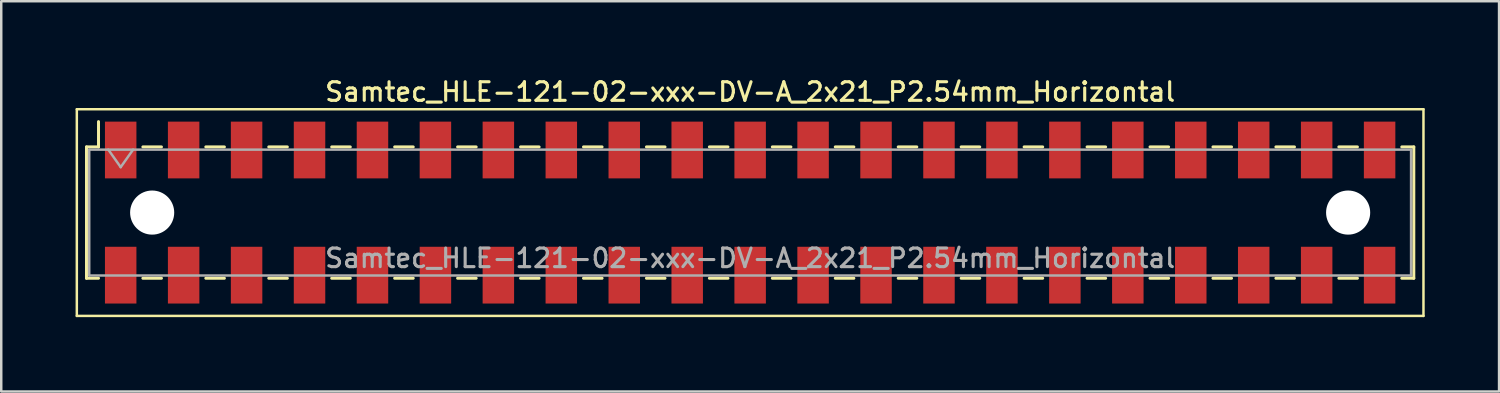
<source format=kicad_pcb>
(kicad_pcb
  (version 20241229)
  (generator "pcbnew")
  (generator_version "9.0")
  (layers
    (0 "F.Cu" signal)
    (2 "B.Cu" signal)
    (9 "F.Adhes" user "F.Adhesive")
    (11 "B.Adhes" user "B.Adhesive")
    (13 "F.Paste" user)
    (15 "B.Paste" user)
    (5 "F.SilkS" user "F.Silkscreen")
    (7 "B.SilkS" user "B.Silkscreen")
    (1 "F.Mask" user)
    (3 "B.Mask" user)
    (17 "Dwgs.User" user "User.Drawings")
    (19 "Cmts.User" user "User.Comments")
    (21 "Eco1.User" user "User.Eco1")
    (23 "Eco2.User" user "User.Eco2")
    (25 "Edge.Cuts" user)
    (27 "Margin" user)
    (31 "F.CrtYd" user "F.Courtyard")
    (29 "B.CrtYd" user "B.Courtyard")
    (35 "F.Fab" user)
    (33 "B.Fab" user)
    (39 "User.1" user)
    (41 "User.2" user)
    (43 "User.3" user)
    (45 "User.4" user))
  (footprint "Samtec_HLE-121-02-xxx-DV-A_2x21_P2.54mm_Horizontal"
    (layer "F.Cu")
    (at 27.22 5.528)
    (property "Reference" "Samtec_HLE-121-02-xxx-DV-A_2x21_P2.54mm_Horizontal" (at 0 -4.87 0) (layer "F.SilkS") (effects (font (size 0.75 0.75) (thickness 0.125))))
    (attr smd)
    (fp_line (start -27.17 -4.17) (end 27.17 -4.17) (stroke (width 0.1) (type solid)) (layer "F.SilkS"))
    (fp_line (start -27.17 4.17) (end -27.17 -4.17) (stroke (width 0.1) (type solid)) (layer "F.SilkS"))
    (fp_line (start -26.78 -2.65) (end -26.78 2.65) (stroke (width 0.12) (type solid)) (layer "F.SilkS"))
    (fp_line (start -26.78 2.65) (end -26.295 2.65) (stroke (width 0.12) (type solid)) (layer "F.SilkS"))
    (fp_line (start -26.295 -3.67) (end -26.295 -2.65) (stroke (width 0.12) (type solid)) (layer "F.SilkS"))
    (fp_line (start -26.295 -2.65) (end -26.78 -2.65) (stroke (width 0.12) (type solid)) (layer "F.SilkS"))
    (fp_line (start -24.505 -2.65) (end -23.755 -2.65) (stroke (width 0.12) (type solid)) (layer "F.SilkS"))
    (fp_line (start -24.505 2.65) (end -23.755 2.65) (stroke (width 0.12) (type solid)) (layer "F.SilkS"))
    (fp_line (start -21.965 -2.65) (end -21.215 -2.65) (stroke (width 0.12) (type solid)) (layer "F.SilkS"))
    (fp_line (start -21.965 2.65) (end -21.215 2.65) (stroke (width 0.12) (type solid)) (layer "F.SilkS"))
    (fp_line (start -19.425 -2.65) (end -18.675 -2.65) (stroke (width 0.12) (type solid)) (layer "F.SilkS"))
    (fp_line (start -19.425 2.65) (end -18.675 2.65) (stroke (width 0.12) (type solid)) (layer "F.SilkS"))
    (fp_line (start -16.885 -2.65) (end -16.135 -2.65) (stroke (width 0.12) (type solid)) (layer "F.SilkS"))
    (fp_line (start -16.885 2.65) (end -16.135 2.65) (stroke (width 0.12) (type solid)) (layer "F.SilkS"))
    (fp_line (start -14.345 -2.65) (end -13.595 -2.65) (stroke (width 0.12) (type solid)) (layer "F.SilkS"))
    (fp_line (start -14.345 2.65) (end -13.595 2.65) (stroke (width 0.12) (type solid)) (layer "F.SilkS"))
    (fp_line (start -11.805 -2.65) (end -11.055 -2.65) (stroke (width 0.12) (type solid)) (layer "F.SilkS"))
    (fp_line (start -11.805 2.65) (end -11.055 2.65) (stroke (width 0.12) (type solid)) (layer "F.SilkS"))
    (fp_line (start -9.265 -2.65) (end -8.515 -2.65) (stroke (width 0.12) (type solid)) (layer "F.SilkS"))
    (fp_line (start -9.265 2.65) (end -8.515 2.65) (stroke (width 0.12) (type solid)) (layer "F.SilkS"))
    (fp_line (start -6.725 -2.65) (end -5.975 -2.65) (stroke (width 0.12) (type solid)) (layer "F.SilkS"))
    (fp_line (start -6.725 2.65) (end -5.975 2.65) (stroke (width 0.12) (type solid)) (layer "F.SilkS"))
    (fp_line (start -4.185 -2.65) (end -3.435 -2.65) (stroke (width 0.12) (type solid)) (layer "F.SilkS"))
    (fp_line (start -4.185 2.65) (end -3.435 2.65) (stroke (width 0.12) (type solid)) (layer "F.SilkS"))
    (fp_line (start -1.645 -2.65) (end -0.895 -2.65) (stroke (width 0.12) (type solid)) (layer "F.SilkS"))
    (fp_line (start -1.645 2.65) (end -0.895 2.65) (stroke (width 0.12) (type solid)) (layer "F.SilkS"))
    (fp_line (start 0.895 -2.65) (end 1.645 -2.65) (stroke (width 0.12) (type solid)) (layer "F.SilkS"))
    (fp_line (start 0.895 2.65) (end 1.645 2.65) (stroke (width 0.12) (type solid)) (layer "F.SilkS"))
    (fp_line (start 3.435 -2.65) (end 4.185 -2.65) (stroke (width 0.12) (type solid)) (layer "F.SilkS"))
    (fp_line (start 3.435 2.65) (end 4.185 2.65) (stroke (width 0.12) (type solid)) (layer "F.SilkS"))
    (fp_line (start 5.975 -2.65) (end 6.725 -2.65) (stroke (width 0.12) (type solid)) (layer "F.SilkS"))
    (fp_line (start 5.975 2.65) (end 6.725 2.65) (stroke (width 0.12) (type solid)) (layer "F.SilkS"))
    (fp_line (start 8.515 -2.65) (end 9.265 -2.65) (stroke (width 0.12) (type solid)) (layer "F.SilkS"))
    (fp_line (start 8.515 2.65) (end 9.265 2.65) (stroke (width 0.12) (type solid)) (layer "F.SilkS"))
    (fp_line (start 11.055 -2.65) (end 11.805 -2.65) (stroke (width 0.12) (type solid)) (layer "F.SilkS"))
    (fp_line (start 11.055 2.65) (end 11.805 2.65) (stroke (width 0.12) (type solid)) (layer "F.SilkS"))
    (fp_line (start 13.595 -2.65) (end 14.345 -2.65) (stroke (width 0.12) (type solid)) (layer "F.SilkS"))
    (fp_line (start 13.595 2.65) (end 14.345 2.65) (stroke (width 0.12) (type solid)) (layer "F.SilkS"))
    (fp_line (start 16.135 -2.65) (end 16.885 -2.65) (stroke (width 0.12) (type solid)) (layer "F.SilkS"))
    (fp_line (start 16.135 2.65) (end 16.885 2.65) (stroke (width 0.12) (type solid)) (layer "F.SilkS"))
    (fp_line (start 18.675 -2.65) (end 19.425 -2.65) (stroke (width 0.12) (type solid)) (layer "F.SilkS"))
    (fp_line (start 18.675 2.65) (end 19.425 2.65) (stroke (width 0.12) (type solid)) (layer "F.SilkS"))
    (fp_line (start 21.215 -2.65) (end 21.965 -2.65) (stroke (width 0.12) (type solid)) (layer "F.SilkS"))
    (fp_line (start 21.215 2.65) (end 21.965 2.65) (stroke (width 0.12) (type solid)) (layer "F.SilkS"))
    (fp_line (start 23.755 -2.65) (end 24.505 -2.65) (stroke (width 0.12) (type solid)) (layer "F.SilkS"))
    (fp_line (start 23.755 2.65) (end 24.505 2.65) (stroke (width 0.12) (type solid)) (layer "F.SilkS"))
    (fp_line (start 26.295 -2.65) (end 26.78 -2.65) (stroke (width 0.12) (type solid)) (layer "F.SilkS"))
    (fp_line (start 26.78 -2.65) (end 26.78 2.65) (stroke (width 0.12) (type solid)) (layer "F.SilkS"))
    (fp_line (start 26.78 2.65) (end 26.295 2.65) (stroke (width 0.12) (type solid)) (layer "F.SilkS"))
    (fp_line (start 27.17 -4.17) (end 27.17 4.17) (stroke (width 0.1) (type solid)) (layer "F.SilkS"))
    (fp_line (start 27.17 4.17) (end -27.17 4.17) (stroke (width 0.1) (type solid)) (layer "F.SilkS"))
    (fp_line (start -26.67 -2.54) (end 26.67 -2.54) (stroke (width 0.1) (type solid)) (layer "F.Fab"))
    (fp_line (start -26.67 2.54) (end -26.67 -2.54) (stroke (width 0.1) (type solid)) (layer "F.Fab"))
    (fp_line (start -25.9 -2.54) (end -25.4 -1.833) (stroke (width 0.1) (type solid)) (layer "F.Fab"))
    (fp_line (start -25.4 -1.833) (end -24.9 -2.54) (stroke (width 0.1) (type solid)) (layer "F.Fab"))
    (fp_line (start 26.67 -2.54) (end 26.67 2.54) (stroke (width 0.1) (type solid)) (layer "F.Fab"))
    (fp_line (start 26.67 2.54) (end -26.67 2.54) (stroke (width 0.1) (type solid)) (layer "F.Fab"))
    (fp_text user "${REFERENCE}" (at 0 1.84 0) (layer "F.Fab") (effects (font (size 0.75 0.75) (thickness 0.125))))
    (pad "" np_thru_hole circle (at -24.13 0) (size 1.78 1.78) (drill 1.78) (layers "*.Cu" "*.Mask"))
    (pad "" np_thru_hole circle (at 24.13 0) (size 1.78 1.78) (drill 1.78) (layers "*.Cu" "*.Mask"))
    (pad "1" smd rect (at -25.4 -2.525) (size 1.27 2.29) (layers "F.Cu" "F.Mask" "F.Paste"))
    (pad "2" smd rect (at -25.4 2.525) (size 1.27 2.29) (layers "F.Cu" "F.Mask" "F.Paste"))
    (pad "3" smd rect (at -22.86 -2.525) (size 1.27 2.29) (layers "F.Cu" "F.Mask" "F.Paste"))
    (pad "4" smd rect (at -22.86 2.525) (size 1.27 2.29) (layers "F.Cu" "F.Mask" "F.Paste"))
    (pad "5" smd rect (at -20.32 -2.525) (size 1.27 2.29) (layers "F.Cu" "F.Mask" "F.Paste"))
    (pad "6" smd rect (at -20.32 2.525) (size 1.27 2.29) (layers "F.Cu" "F.Mask" "F.Paste"))
    (pad "7" smd rect (at -17.78 -2.525) (size 1.27 2.29) (layers "F.Cu" "F.Mask" "F.Paste"))
    (pad "8" smd rect (at -17.78 2.525) (size 1.27 2.29) (layers "F.Cu" "F.Mask" "F.Paste"))
    (pad "9" smd rect (at -15.24 -2.525) (size 1.27 2.29) (layers "F.Cu" "F.Mask" "F.Paste"))
    (pad "10" smd rect (at -15.24 2.525) (size 1.27 2.29) (layers "F.Cu" "F.Mask" "F.Paste"))
    (pad "11" smd rect (at -12.7 -2.525) (size 1.27 2.29) (layers "F.Cu" "F.Mask" "F.Paste"))
    (pad "12" smd rect (at -12.7 2.525) (size 1.27 2.29) (layers "F.Cu" "F.Mask" "F.Paste"))
    (pad "13" smd rect (at -10.16 -2.525) (size 1.27 2.29) (layers "F.Cu" "F.Mask" "F.Paste"))
    (pad "14" smd rect (at -10.16 2.525) (size 1.27 2.29) (layers "F.Cu" "F.Mask" "F.Paste"))
    (pad "15" smd rect (at -7.62 -2.525) (size 1.27 2.29) (layers "F.Cu" "F.Mask" "F.Paste"))
    (pad "16" smd rect (at -7.62 2.525) (size 1.27 2.29) (layers "F.Cu" "F.Mask" "F.Paste"))
    (pad "17" smd rect (at -5.08 -2.525) (size 1.27 2.29) (layers "F.Cu" "F.Mask" "F.Paste"))
    (pad "18" smd rect (at -5.08 2.525) (size 1.27 2.29) (layers "F.Cu" "F.Mask" "F.Paste"))
    (pad "19" smd rect (at -2.54 -2.525) (size 1.27 2.29) (layers "F.Cu" "F.Mask" "F.Paste"))
    (pad "20" smd rect (at -2.54 2.525) (size 1.27 2.29) (layers "F.Cu" "F.Mask" "F.Paste"))
    (pad "21" smd rect (at 0 -2.525) (size 1.27 2.29) (layers "F.Cu" "F.Mask" "F.Paste"))
    (pad "22" smd rect (at 0 2.525) (size 1.27 2.29) (layers "F.Cu" "F.Mask" "F.Paste"))
    (pad "23" smd rect (at 2.54 -2.525) (size 1.27 2.29) (layers "F.Cu" "F.Mask" "F.Paste"))
    (pad "24" smd rect (at 2.54 2.525) (size 1.27 2.29) (layers "F.Cu" "F.Mask" "F.Paste"))
    (pad "25" smd rect (at 5.08 -2.525) (size 1.27 2.29) (layers "F.Cu" "F.Mask" "F.Paste"))
    (pad "26" smd rect (at 5.08 2.525) (size 1.27 2.29) (layers "F.Cu" "F.Mask" "F.Paste"))
    (pad "27" smd rect (at 7.62 -2.525) (size 1.27 2.29) (layers "F.Cu" "F.Mask" "F.Paste"))
    (pad "28" smd rect (at 7.62 2.525) (size 1.27 2.29) (layers "F.Cu" "F.Mask" "F.Paste"))
    (pad "29" smd rect (at 10.16 -2.525) (size 1.27 2.29) (layers "F.Cu" "F.Mask" "F.Paste"))
    (pad "30" smd rect (at 10.16 2.525) (size 1.27 2.29) (layers "F.Cu" "F.Mask" "F.Paste"))
    (pad "31" smd rect (at 12.7 -2.525) (size 1.27 2.29) (layers "F.Cu" "F.Mask" "F.Paste"))
    (pad "32" smd rect (at 12.7 2.525) (size 1.27 2.29) (layers "F.Cu" "F.Mask" "F.Paste"))
    (pad "33" smd rect (at 15.24 -2.525) (size 1.27 2.29) (layers "F.Cu" "F.Mask" "F.Paste"))
    (pad "34" smd rect (at 15.24 2.525) (size 1.27 2.29) (layers "F.Cu" "F.Mask" "F.Paste"))
    (pad "35" smd rect (at 17.78 -2.525) (size 1.27 2.29) (layers "F.Cu" "F.Mask" "F.Paste"))
    (pad "36" smd rect (at 17.78 2.525) (size 1.27 2.29) (layers "F.Cu" "F.Mask" "F.Paste"))
    (pad "37" smd rect (at 20.32 -2.525) (size 1.27 2.29) (layers "F.Cu" "F.Mask" "F.Paste"))
    (pad "38" smd rect (at 20.32 2.525) (size 1.27 2.29) (layers "F.Cu" "F.Mask" "F.Paste"))
    (pad "39" smd rect (at 22.86 -2.525) (size 1.27 2.29) (layers "F.Cu" "F.Mask" "F.Paste"))
    (pad "40" smd rect (at 22.86 2.525) (size 1.27 2.29) (layers "F.Cu" "F.Mask" "F.Paste"))
    (pad "41" smd rect (at 25.4 -2.525) (size 1.27 2.29) (layers "F.Cu" "F.Mask" "F.Paste"))
    (pad "42" smd rect (at 25.4 2.525) (size 1.27 2.29) (layers "F.Cu" "F.Mask" "F.Paste")))
  (gr_rect
    (start -3 -3)
    (end 57.44 12.748)
    (stroke (width 0.1) (type default))
    (fill no)
    (layer "Edge.Cuts")))
</source>
